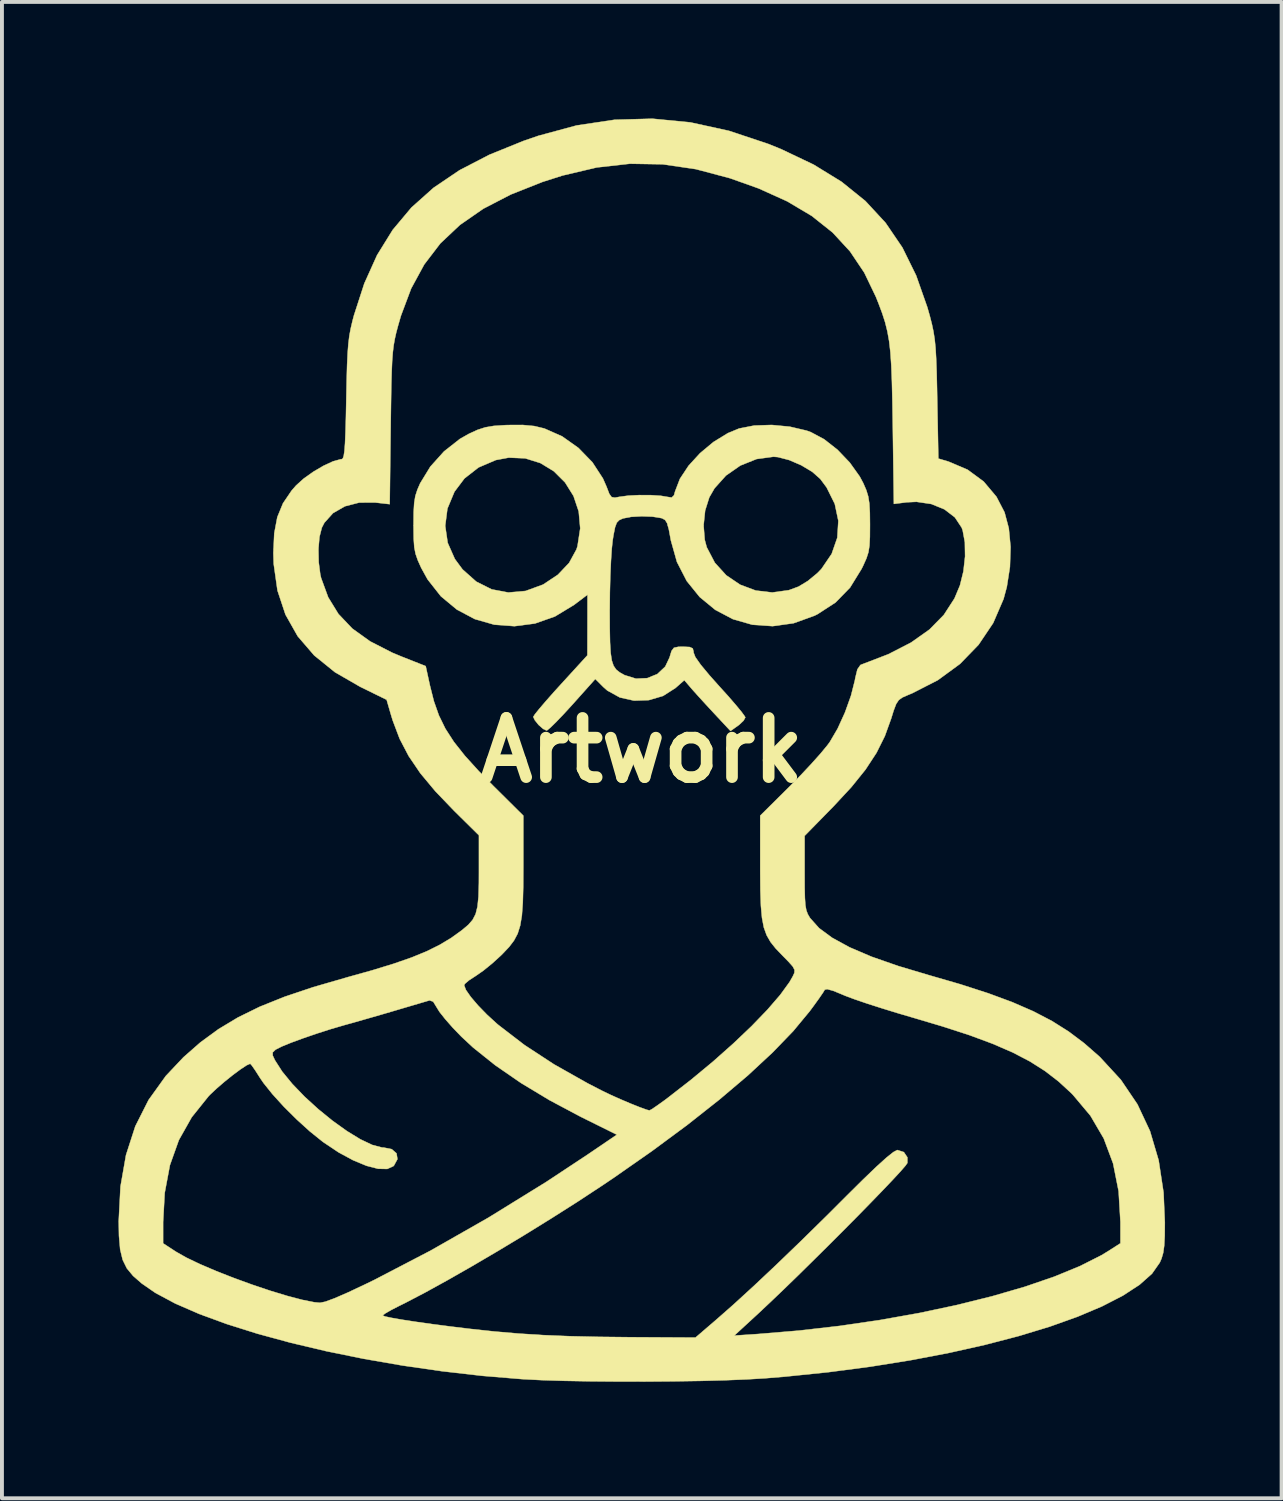
<source format=kicad_pcb>
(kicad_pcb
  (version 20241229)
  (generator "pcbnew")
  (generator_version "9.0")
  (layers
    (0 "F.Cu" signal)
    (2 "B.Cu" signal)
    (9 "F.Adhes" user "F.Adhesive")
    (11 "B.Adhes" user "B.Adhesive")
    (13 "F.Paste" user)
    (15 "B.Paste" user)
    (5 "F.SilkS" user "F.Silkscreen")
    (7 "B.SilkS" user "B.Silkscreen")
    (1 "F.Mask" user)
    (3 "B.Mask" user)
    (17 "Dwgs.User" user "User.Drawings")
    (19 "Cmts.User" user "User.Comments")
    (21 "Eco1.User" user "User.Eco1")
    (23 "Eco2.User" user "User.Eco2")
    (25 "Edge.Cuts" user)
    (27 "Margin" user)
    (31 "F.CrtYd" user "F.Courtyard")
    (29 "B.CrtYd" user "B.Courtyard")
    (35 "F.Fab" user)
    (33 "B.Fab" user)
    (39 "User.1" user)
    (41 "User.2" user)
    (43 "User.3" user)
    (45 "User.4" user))
  (footprint "Artwork"
    (layer "F.Cu")
    (at 13.467 16.261)
    (property "Reference" "Artwork" (at 0 0 0) (layer "F.SilkS") (effects (font (size 1.524 1.524) (thickness 0.3))))
    (attr through_hole)
    (fp_poly (pts (xy -2.767 -8.346) (xy -2.506 -8.283) (xy -2.05 -8.081) (xy -1.63 -7.783) (xy -1.271 -7.414) (xy -1 -6.998) (xy -0.904 -6.779) (xy -0.836 -6.601) (xy -0.776 -6.518) (xy -0.691 -6.503) (xy -0.572 -6.525) (xy -0.348 -6.555) (xy -0.064 -6.569) (xy 0.232 -6.568) (xy 0.491 -6.551) (xy 0.646 -6.525) (xy 0.769 -6.506) (xy 0.829 -6.564) (xy 0.857 -6.664) (xy 0.982 -6.989) (xy 1.205 -7.326) (xy 1.501 -7.649) (xy 1.845 -7.936) (xy 2.215 -8.163) (xy 2.505 -8.283) (xy 2.894 -8.359) (xy 3.345 -8.374) (xy 3.809 -8.33) (xy 4.24 -8.229) (xy 4.35 -8.19) (xy 4.691 -8.008) (xy 5.037 -7.737) (xy 5.353 -7.406) (xy 5.608 -7.05) (xy 5.7 -6.878) (xy 5.778 -6.698) (xy 5.828 -6.535) (xy 5.857 -6.352) (xy 5.87 -6.113) (xy 5.873 -5.809) (xy 5.871 -5.495) (xy 5.86 -5.27) (xy 5.833 -5.098) (xy 5.782 -4.94) (xy 5.701 -4.759) (xy 5.658 -4.671) (xy 5.361 -4.189) (xy 4.987 -3.805) (xy 4.523 -3.504) (xy 4.445 -3.465) (xy 3.907 -3.271) (xy 3.368 -3.196) (xy 2.844 -3.233) (xy 2.348 -3.375) (xy 1.892 -3.615) (xy 1.491 -3.945) (xy 1.157 -4.358) (xy 0.905 -4.848) (xy 0.748 -5.406) (xy 0.743 -5.435) (xy 0.696 -5.688) (xy 0.667 -5.79) (xy 1.591 -5.79) (xy 1.62 -5.42) (xy 1.672 -5.227) (xy 1.88 -4.829) (xy 2.174 -4.505) (xy 2.532 -4.263) (xy 2.933 -4.113) (xy 3.358 -4.063) (xy 3.785 -4.122) (xy 4.035 -4.214) (xy 4.275 -4.36) (xy 4.518 -4.56) (xy 4.623 -4.668) (xy 4.887 -5.056) (xy 5.032 -5.473) (xy 5.059 -5.907) (xy 4.967 -6.343) (xy 4.757 -6.766) (xy 4.594 -6.985) (xy 4.387 -7.168) (xy 4.105 -7.337) (xy 3.794 -7.471) (xy 3.503 -7.547) (xy 3.389 -7.556) (xy 2.955 -7.497) (xy 2.538 -7.33) (xy 2.168 -7.073) (xy 1.872 -6.743) (xy 1.738 -6.511) (xy 1.631 -6.173) (xy 1.591 -5.79) (xy 0.667 -5.79) (xy 0.653 -5.843) (xy 0.6 -5.928) (xy 0.526 -5.97) (xy 0.504 -5.977) (xy 0.278 -6.014) (xy -0.000463 -6.024) (xy -0.273 -6.009) (xy -0.481 -5.969) (xy -0.485 -5.968) (xy -0.58 -5.925) (xy -0.643 -5.86) (xy -0.687 -5.743) (xy -0.727 -5.543) (xy -0.748 -5.411) (xy -0.772 -5.192) (xy -0.793 -4.875) (xy -0.81 -4.49) (xy -0.821 -4.066) (xy -0.825 -3.634) (xy -0.826 -3.617) (xy -0.824 -3.144) (xy -0.817 -2.781) (xy -0.801 -2.51) (xy -0.772 -2.314) (xy -0.726 -2.177) (xy -0.659 -2.079) (xy -0.566 -2.005) (xy -0.445 -1.937) (xy -0.444 -1.936) (xy -0.15 -1.845) (xy 0.141 -1.858) (xy 0.402 -1.965) (xy 0.604 -2.156) (xy 0.714 -2.388) (xy 0.766 -2.559) (xy 0.828 -2.64) (xy 0.943 -2.665) (xy 1.061 -2.667) (xy 1.233 -2.659) (xy 1.312 -2.623) (xy 1.333 -2.541) (xy 1.333 -2.518) (xy 1.378 -2.401) (xy 1.514 -2.207) (xy 1.742 -1.932) (xy 1.998 -1.645) (xy 2.228 -1.391) (xy 2.423 -1.165) (xy 2.57 -0.987) (xy 2.652 -0.874) (xy 2.665 -0.846) (xy 2.619 -0.763) (xy 2.503 -0.654) (xy 2.475 -0.634) (xy 2.284 -0.498) (xy 1.85 -0.963) (xy 1.644 -1.186) (xy 1.453 -1.395) (xy 1.305 -1.56) (xy 1.256 -1.617) (xy 1.095 -1.805) (xy 0.867 -1.604) (xy 0.547 -1.4) (xy 0.181 -1.292) (xy -0.199 -1.279) (xy -0.565 -1.361) (xy -0.887 -1.539) (xy -0.99 -1.63) (xy -1.196 -1.836) (xy -1.789 -1.173) (xy -2.008 -0.934) (xy -2.2 -0.733) (xy -2.349 -0.587) (xy -2.437 -0.514) (xy -2.45 -0.509) (xy -2.537 -0.551) (xy -2.654 -0.653) (xy -2.656 -0.655) (xy -2.752 -0.775) (xy -2.793 -0.86) (xy -2.793 -0.861) (xy -2.752 -0.926) (xy -2.639 -1.067) (xy -2.469 -1.266) (xy -2.255 -1.508) (xy -2.096 -1.683) (xy -1.4 -2.445) (xy -1.398 -3.225) (xy -1.397 -4.005) (xy -1.742 -3.744) (xy -2.233 -3.446) (xy -2.749 -3.264) (xy -3.276 -3.195) (xy -3.796 -3.234) (xy -4.296 -3.377) (xy -4.758 -3.622) (xy -5.17 -3.964) (xy -5.513 -4.4) (xy -5.678 -4.699) (xy -5.765 -4.893) (xy -5.822 -5.057) (xy -5.855 -5.227) (xy -5.87 -5.443) (xy -5.874 -5.741) (xy -5.874 -5.778) (xy -5.059 -5.778) (xy -4.995 -5.341) (xy -4.811 -4.925) (xy -4.613 -4.657) (xy -4.259 -4.342) (xy -3.862 -4.143) (xy -3.434 -4.062) (xy -2.99 -4.102) (xy -2.544 -4.265) (xy -2.533 -4.271) (xy -2.16 -4.519) (xy -1.87 -4.825) (xy -1.682 -5.169) (xy -1.654 -5.256) (xy -1.584 -5.713) (xy -1.623 -6.147) (xy -1.757 -6.546) (xy -1.975 -6.895) (xy -2.263 -7.182) (xy -2.609 -7.393) (xy -3 -7.515) (xy -3.423 -7.533) (xy -3.756 -7.471) (xy -4.2 -7.281) (xy -4.563 -6.998) (xy -4.821 -6.655) (xy -5.002 -6.221) (xy -5.059 -5.778) (xy -5.874 -5.778) (xy -5.874 -5.81) (xy -5.871 -6.133) (xy -5.857 -6.366) (xy -5.828 -6.545) (xy -5.776 -6.706) (xy -5.703 -6.874) (xy -5.442 -7.301) (xy -5.09 -7.693) (xy -4.682 -8.014) (xy -4.452 -8.145) (xy -4.225 -8.249) (xy -4.027 -8.313) (xy -3.808 -8.35) (xy -3.521 -8.369) (xy -3.447 -8.372) (xy -3.067 -8.374) (xy -2.767 -8.346)) (stroke (width 0.01) (type solid)) (fill yes) (layer "F.SilkS"))
    (fp_poly (pts (xy 1.252 -16.161) (xy 2.244 -15.944) (xy 3.258 -15.606) (xy 3.59 -15.471) (xy 4.422 -15.075) (xy 5.14 -14.634) (xy 5.755 -14.138) (xy 6.274 -13.577) (xy 6.707 -12.941) (xy 7.062 -12.22) (xy 7.349 -11.404) (xy 7.414 -11.176) (xy 7.466 -10.972) (xy 7.506 -10.784) (xy 7.537 -10.589) (xy 7.56 -10.366) (xy 7.576 -10.093) (xy 7.589 -9.748) (xy 7.599 -9.309) (xy 7.604 -9.041) (xy 7.633 -7.509) (xy 7.896 -7.431) (xy 8.385 -7.223) (xy 8.8 -6.917) (xy 9.129 -6.526) (xy 9.337 -6.125) (xy 9.446 -5.715) (xy 9.492 -5.234) (xy 9.475 -4.718) (xy 9.395 -4.206) (xy 9.311 -3.895) (xy 9.044 -3.276) (xy 8.668 -2.717) (xy 8.191 -2.225) (xy 7.619 -1.806) (xy 6.958 -1.468) (xy 6.856 -1.426) (xy 6.711 -1.363) (xy 6.616 -1.296) (xy 6.547 -1.193) (xy 6.482 -1.022) (xy 6.421 -0.824) (xy 6.256 -0.367) (xy 6.04 0.066) (xy 5.758 0.496) (xy 5.396 0.945) (xy 4.942 1.434) (xy 4.191 2.201) (xy 4.191 3.155) (xy 4.192 3.527) (xy 4.198 3.795) (xy 4.211 3.984) (xy 4.235 4.116) (xy 4.272 4.215) (xy 4.324 4.305) (xy 4.334 4.319) (xy 4.564 4.576) (xy 4.901 4.825) (xy 5.35 5.07) (xy 5.914 5.311) (xy 6.598 5.55) (xy 7.376 5.782) (xy 8.201 6.021) (xy 8.916 6.252) (xy 9.536 6.481) (xy 10.078 6.717) (xy 10.556 6.966) (xy 10.986 7.237) (xy 11.385 7.537) (xy 11.768 7.872) (xy 11.799 7.902) (xy 12.331 8.48) (xy 12.757 9.11) (xy 13.08 9.798) (xy 13.303 10.552) (xy 13.429 11.381) (xy 13.462 12.149) (xy 13.459 12.496) (xy 13.446 12.747) (xy 13.42 12.932) (xy 13.377 13.079) (xy 13.332 13.183) (xy 13.131 13.47) (xy 12.811 13.754) (xy 12.38 14.035) (xy 11.845 14.31) (xy 11.216 14.576) (xy 10.499 14.832) (xy 9.702 15.074) (xy 8.834 15.3) (xy 7.902 15.509) (xy 6.915 15.697) (xy 5.88 15.863) (xy 4.805 16.004) (xy 3.698 16.118) (xy 3.178 16.161) (xy 2.713 16.189) (xy 2.146 16.212) (xy 1.502 16.229) (xy 0.806 16.24) (xy 0.083 16.246) (xy -0.642 16.245) (xy -1.343 16.239) (xy -1.997 16.227) (xy -2.578 16.209) (xy -3.06 16.184) (xy -3.08 16.183) (xy -4.108 16.098) (xy -5.138 15.98) (xy -6.158 15.833) (xy -7.155 15.66) (xy -8.118 15.464) (xy -9.035 15.247) (xy -9.895 15.013) (xy -10.685 14.764) (xy -11.284 14.544) (xy -6.668 14.544) (xy -6.607 14.57) (xy -6.434 14.607) (xy -6.164 14.654) (xy -5.812 14.708) (xy -5.391 14.767) (xy -4.916 14.829) (xy -4.413 14.89) (xy -3.789 14.957) (xy -3.173 15.01) (xy -2.539 15.05) (xy -1.86 15.078) (xy -1.107 15.095) (xy -0.277 15.104) (xy 1.382 15.113) (xy 1.913 14.657) (xy 2.361 14.263) (xy 2.882 13.786) (xy 3.464 13.238) (xy 4.095 12.63) (xy 4.764 11.973) (xy 5.27 11.467) (xy 5.695 11.046) (xy 6.036 10.718) (xy 6.296 10.483) (xy 6.475 10.34) (xy 6.575 10.287) (xy 6.58 10.287) (xy 6.745 10.34) (xy 6.836 10.475) (xy 6.836 10.62) (xy 6.784 10.693) (xy 6.652 10.845) (xy 6.45 11.063) (xy 6.19 11.336) (xy 5.882 11.654) (xy 5.538 12.006) (xy 5.167 12.38) (xy 4.781 12.766) (xy 4.391 13.152) (xy 4.008 13.529) (xy 3.642 13.884) (xy 3.304 14.207) (xy 3.006 14.487) (xy 2.953 14.536) (xy 2.381 15.062) (xy 2.985 15.022) (xy 4.042 14.934) (xy 5.097 14.813) (xy 6.135 14.661) (xy 7.143 14.481) (xy 8.108 14.276) (xy 9.017 14.05) (xy 9.857 13.806) (xy 10.615 13.546) (xy 11.277 13.274) (xy 11.831 12.994) (xy 12.015 12.882) (xy 12.319 12.687) (xy 12.319 12.138) (xy 12.272 11.346) (xy 12.13 10.632) (xy 11.889 9.988) (xy 11.546 9.402) (xy 11.096 8.866) (xy 11.054 8.823) (xy 10.728 8.523) (xy 10.378 8.253) (xy 9.989 8.006) (xy 9.546 7.775) (xy 9.034 7.553) (xy 8.439 7.332) (xy 7.746 7.107) (xy 7.03 6.894) (xy 6.594 6.766) (xy 6.172 6.636) (xy 5.788 6.513) (xy 5.467 6.403) (xy 5.234 6.316) (xy 5.169 6.288) (xy 4.931 6.19) (xy 4.772 6.146) (xy 4.71 6.16) (xy 4.663 6.238) (xy 4.558 6.391) (xy 4.412 6.593) (xy 4.319 6.718) (xy 3.899 7.225) (xy 3.367 7.776) (xy 2.732 8.366) (xy 1.997 8.989) (xy 1.171 9.641) (xy 0.26 10.315) (xy -0.731 11.007) (xy -1.048 11.22) (xy -1.659 11.621) (xy -2.317 12.039) (xy -3 12.462) (xy -3.689 12.877) (xy -4.363 13.273) (xy -5.001 13.637) (xy -5.582 13.957) (xy -6.087 14.221) (xy -6.239 14.296) (xy -6.444 14.401) (xy -6.596 14.488) (xy -6.666 14.54) (xy -6.668 14.544) (xy -11.284 14.544) (xy -11.393 14.504) (xy -12.009 14.236) (xy -12.52 13.962) (xy -12.87 13.72) (xy -13.093 13.525) (xy -13.253 13.331) (xy -13.36 13.113) (xy -13.425 12.844) (xy -13.438 12.688) (xy -12.319 12.688) (xy -11.986 12.905) (xy -11.722 13.055) (xy -11.371 13.223) (xy -10.955 13.401) (xy -10.499 13.58) (xy -10.026 13.752) (xy -9.559 13.909) (xy -9.121 14.042) (xy -8.736 14.143) (xy -8.429 14.204) (xy -8.282 14.218) (xy -8.144 14.19) (xy -7.901 14.1) (xy -7.559 13.951) (xy -7.124 13.746) (xy -6.885 13.63) (xy -5.433 12.874) (xy -3.947 12.027) (xy -2.458 11.107) (xy -1.384 10.397) (xy -0.641 9.892) (xy -1.575 9.429) (xy -2.369 9.007) (xy -3.108 8.562) (xy -3.771 8.105) (xy -4.341 7.649) (xy -4.642 7.369) (xy -4.865 7.138) (xy -5.06 6.916) (xy -5.206 6.732) (xy -5.277 6.617) (xy -5.368 6.468) (xy -5.461 6.435) (xy -5.556 6.463) (xy -5.746 6.519) (xy -6.004 6.595) (xy -6.302 6.683) (xy -6.318 6.688) (xy -6.683 6.795) (xy -7.072 6.907) (xy -7.431 7.01) (xy -7.652 7.071) (xy -8.001 7.173) (xy -8.363 7.289) (xy -8.71 7.408) (xy -9.018 7.521) (xy -9.261 7.62) (xy -9.412 7.696) (xy -9.429 7.707) (xy -9.499 7.774) (xy -9.498 7.854) (xy -9.442 7.974) (xy -9.253 8.269) (xy -8.992 8.587) (xy -8.676 8.915) (xy -8.325 9.235) (xy -7.956 9.535) (xy -7.589 9.798) (xy -7.243 10.01) (xy -6.935 10.156) (xy -6.684 10.222) (xy -6.642 10.223) (xy -6.434 10.265) (xy -6.312 10.372) (xy -6.288 10.521) (xy -6.377 10.685) (xy -6.393 10.702) (xy -6.551 10.774) (xy -6.787 10.769) (xy -7.086 10.692) (xy -7.43 10.549) (xy -7.802 10.348) (xy -8.185 10.092) (xy -8.223 10.064) (xy -8.544 9.806) (xy -8.882 9.499) (xy -9.211 9.172) (xy -9.504 8.85) (xy -9.735 8.562) (xy -9.825 8.43) (xy -9.942 8.246) (xy -10.033 8.115) (xy -10.077 8.065) (xy -10.077 8.065) (xy -10.167 8.104) (xy -10.325 8.208) (xy -10.525 8.356) (xy -10.74 8.529) (xy -10.945 8.706) (xy -11.114 8.865) (xy -11.146 8.898) (xy -11.582 9.442) (xy -11.914 10.031) (xy -12.144 10.676) (xy -12.278 11.39) (xy -12.319 12.138) (xy -12.319 12.688) (xy -13.438 12.688) (xy -13.455 12.498) (xy -13.462 12.115) (xy -13.416 11.225) (xy -13.274 10.414) (xy -13.035 9.675) (xy -12.694 8.999) (xy -12.249 8.379) (xy -11.797 7.9) (xy -11.361 7.517) (xy -10.898 7.178) (xy -10.394 6.875) (xy -9.83 6.598) (xy -9.19 6.341) (xy -8.457 6.095) (xy -7.614 5.851) (xy -7.602 5.847) (xy -6.94 5.662) (xy -6.386 5.492) (xy -5.923 5.331) (xy -5.533 5.171) (xy -5.199 5.005) (xy -4.903 4.827) (xy -4.629 4.629) (xy -4.618 4.62) (xy -4.464 4.49) (xy -4.353 4.362) (xy -4.276 4.213) (xy -4.228 4.021) (xy -4.202 3.763) (xy -4.192 3.415) (xy -4.191 3.129) (xy -4.191 2.187) (xy -4.832 1.554) (xy -5.313 1.053) (xy -5.698 0.591) (xy -5.999 0.148) (xy -6.232 -0.298) (xy -6.41 -0.769) (xy -6.447 -0.889) (xy -6.567 -1.302) (xy -7.248 -1.636) (xy -7.896 -2.01) (xy -8.432 -2.444) (xy -8.856 -2.937) (xy -9.17 -3.493) (xy -9.376 -4.113) (xy -9.473 -4.798) (xy -9.482 -5.08) (xy -9.477 -5.182) (xy -8.322 -5.182) (xy -8.315 -4.844) (xy -8.274 -4.528) (xy -8.253 -4.436) (xy -8.071 -3.94) (xy -7.807 -3.51) (xy -7.45 -3.134) (xy -6.992 -2.805) (xy -6.422 -2.513) (xy -6.162 -2.405) (xy -5.561 -2.168) (xy -5.453 -1.672) (xy -5.35 -1.264) (xy -5.222 -0.9) (xy -5.055 -0.558) (xy -4.836 -0.219) (xy -4.553 0.139) (xy -4.193 0.536) (xy -3.815 0.92) (xy -3.048 1.681) (xy -3.048 2.988) (xy -3.051 3.511) (xy -3.062 3.925) (xy -3.086 4.252) (xy -3.129 4.509) (xy -3.194 4.717) (xy -3.288 4.894) (xy -3.414 5.06) (xy -3.579 5.234) (xy -3.627 5.282) (xy -3.847 5.482) (xy -4.078 5.67) (xy -4.272 5.805) (xy -4.283 5.812) (xy -4.446 5.918) (xy -4.551 6.008) (xy -4.572 6.044) (xy -4.526 6.166) (xy -4.4 6.347) (xy -4.213 6.566) (xy -3.983 6.803) (xy -3.728 7.036) (xy -3.69 7.068) (xy -3.02 7.583) (xy -2.259 8.081) (xy -1.392 8.57) (xy -1.016 8.764) (xy -0.797 8.869) (xy -0.542 8.983) (xy -0.283 9.093) (xy -0.052 9.185) (xy 0.121 9.248) (xy 0.197 9.268) (xy 0.262 9.234) (xy 0.401 9.139) (xy 0.591 9.003) (xy 0.673 8.941) (xy 1.268 8.478) (xy 1.834 8.009) (xy 2.357 7.544) (xy 2.828 7.096) (xy 3.233 6.676) (xy 3.562 6.295) (xy 3.801 5.966) (xy 3.885 5.82) (xy 3.928 5.727) (xy 3.932 5.65) (xy 3.885 5.562) (xy 3.772 5.435) (xy 3.62 5.28) (xy 3.447 5.1) (xy 3.313 4.932) (xy 3.213 4.757) (xy 3.141 4.557) (xy 3.094 4.311) (xy 3.066 4.001) (xy 3.052 3.606) (xy 3.048 3.109) (xy 3.048 2.988) (xy 3.048 1.681) (xy 3.815 0.92) (xy 4.094 0.636) (xy 4.361 0.351) (xy 4.595 0.09) (xy 4.771 -0.123) (xy 4.838 -0.213) (xy 5.04 -0.558) (xy 5.229 -0.973) (xy 5.384 -1.405) (xy 5.484 -1.8) (xy 5.495 -1.863) (xy 5.549 -2.084) (xy 5.627 -2.196) (xy 5.644 -2.204) (xy 6.346 -2.474) (xy 6.93 -2.774) (xy 7.404 -3.109) (xy 7.774 -3.486) (xy 8.048 -3.909) (xy 8.189 -4.246) (xy 8.278 -4.607) (xy 8.321 -4.991) (xy 8.315 -5.357) (xy 8.259 -5.661) (xy 8.234 -5.73) (xy 8.058 -5.996) (xy 7.788 -6.203) (xy 7.451 -6.34) (xy 7.07 -6.396) (xy 6.819 -6.384) (xy 6.488 -6.342) (xy 6.46 -8.362) (xy 6.45 -8.977) (xy 6.438 -9.484) (xy 6.422 -9.899) (xy 6.399 -10.242) (xy 6.366 -10.531) (xy 6.321 -10.782) (xy 6.263 -11.016) (xy 6.188 -11.249) (xy 6.094 -11.5) (xy 6.024 -11.675) (xy 5.726 -12.295) (xy 5.358 -12.843) (xy 4.911 -13.327) (xy 4.376 -13.753) (xy 3.743 -14.129) (xy 3.004 -14.463) (xy 2.271 -14.724) (xy 1.389 -14.958) (xy 0.536 -15.083) (xy -0.306 -15.097) (xy -1.159 -15.001) (xy -2.041 -14.793) (xy -2.552 -14.63) (xy -3.372 -14.305) (xy -4.079 -13.939) (xy -4.68 -13.522) (xy -5.184 -13.047) (xy -5.599 -12.504) (xy -5.935 -11.886) (xy -6.199 -11.183) (xy -6.273 -10.926) (xy -6.32 -10.75) (xy -6.356 -10.59) (xy -6.385 -10.427) (xy -6.407 -10.246) (xy -6.424 -10.027) (xy -6.436 -9.755) (xy -6.446 -9.411) (xy -6.453 -8.978) (xy -6.461 -8.438) (xy -6.462 -8.327) (xy -6.487 -6.335) (xy -6.867 -6.378) (xy -7.273 -6.376) (xy -7.64 -6.281) (xy -7.946 -6.105) (xy -8.169 -5.857) (xy -8.234 -5.731) (xy -8.295 -5.493) (xy -8.322 -5.182) (xy -9.477 -5.182) (xy -9.459 -5.585) (xy -9.38 -6.002) (xy -9.234 -6.358) (xy -9.013 -6.684) (xy -8.897 -6.817) (xy -8.702 -6.993) (xy -8.455 -7.169) (xy -8.191 -7.324) (xy -7.945 -7.438) (xy -7.752 -7.491) (xy -7.723 -7.493) (xy -7.694 -7.512) (xy -7.671 -7.578) (xy -7.652 -7.704) (xy -7.637 -7.905) (xy -7.625 -8.193) (xy -7.614 -8.583) (xy -7.605 -9.033) (xy -7.595 -9.527) (xy -7.584 -9.916) (xy -7.57 -10.221) (xy -7.551 -10.466) (xy -7.526 -10.67) (xy -7.491 -10.857) (xy -7.446 -11.049) (xy -7.407 -11.196) (xy -7.141 -12.016) (xy -6.812 -12.746) (xy -6.41 -13.395) (xy -5.928 -13.97) (xy -5.358 -14.479) (xy -4.691 -14.93) (xy -3.921 -15.329) (xy -3.04 -15.686) (xy -2.662 -15.816) (xy -1.675 -16.083) (xy -0.699 -16.229) (xy 0.274 -16.256) (xy 1.252 -16.161)) (stroke (width 0.01) (type solid)) (fill yes) (layer "F.SilkS")))
  (gr_rect
    (start -3 -3)
    (end 29.934 35.511)
    (stroke (width 0.1) (type default))
    (fill no)
    (layer "Edge.Cuts")))
</source>
